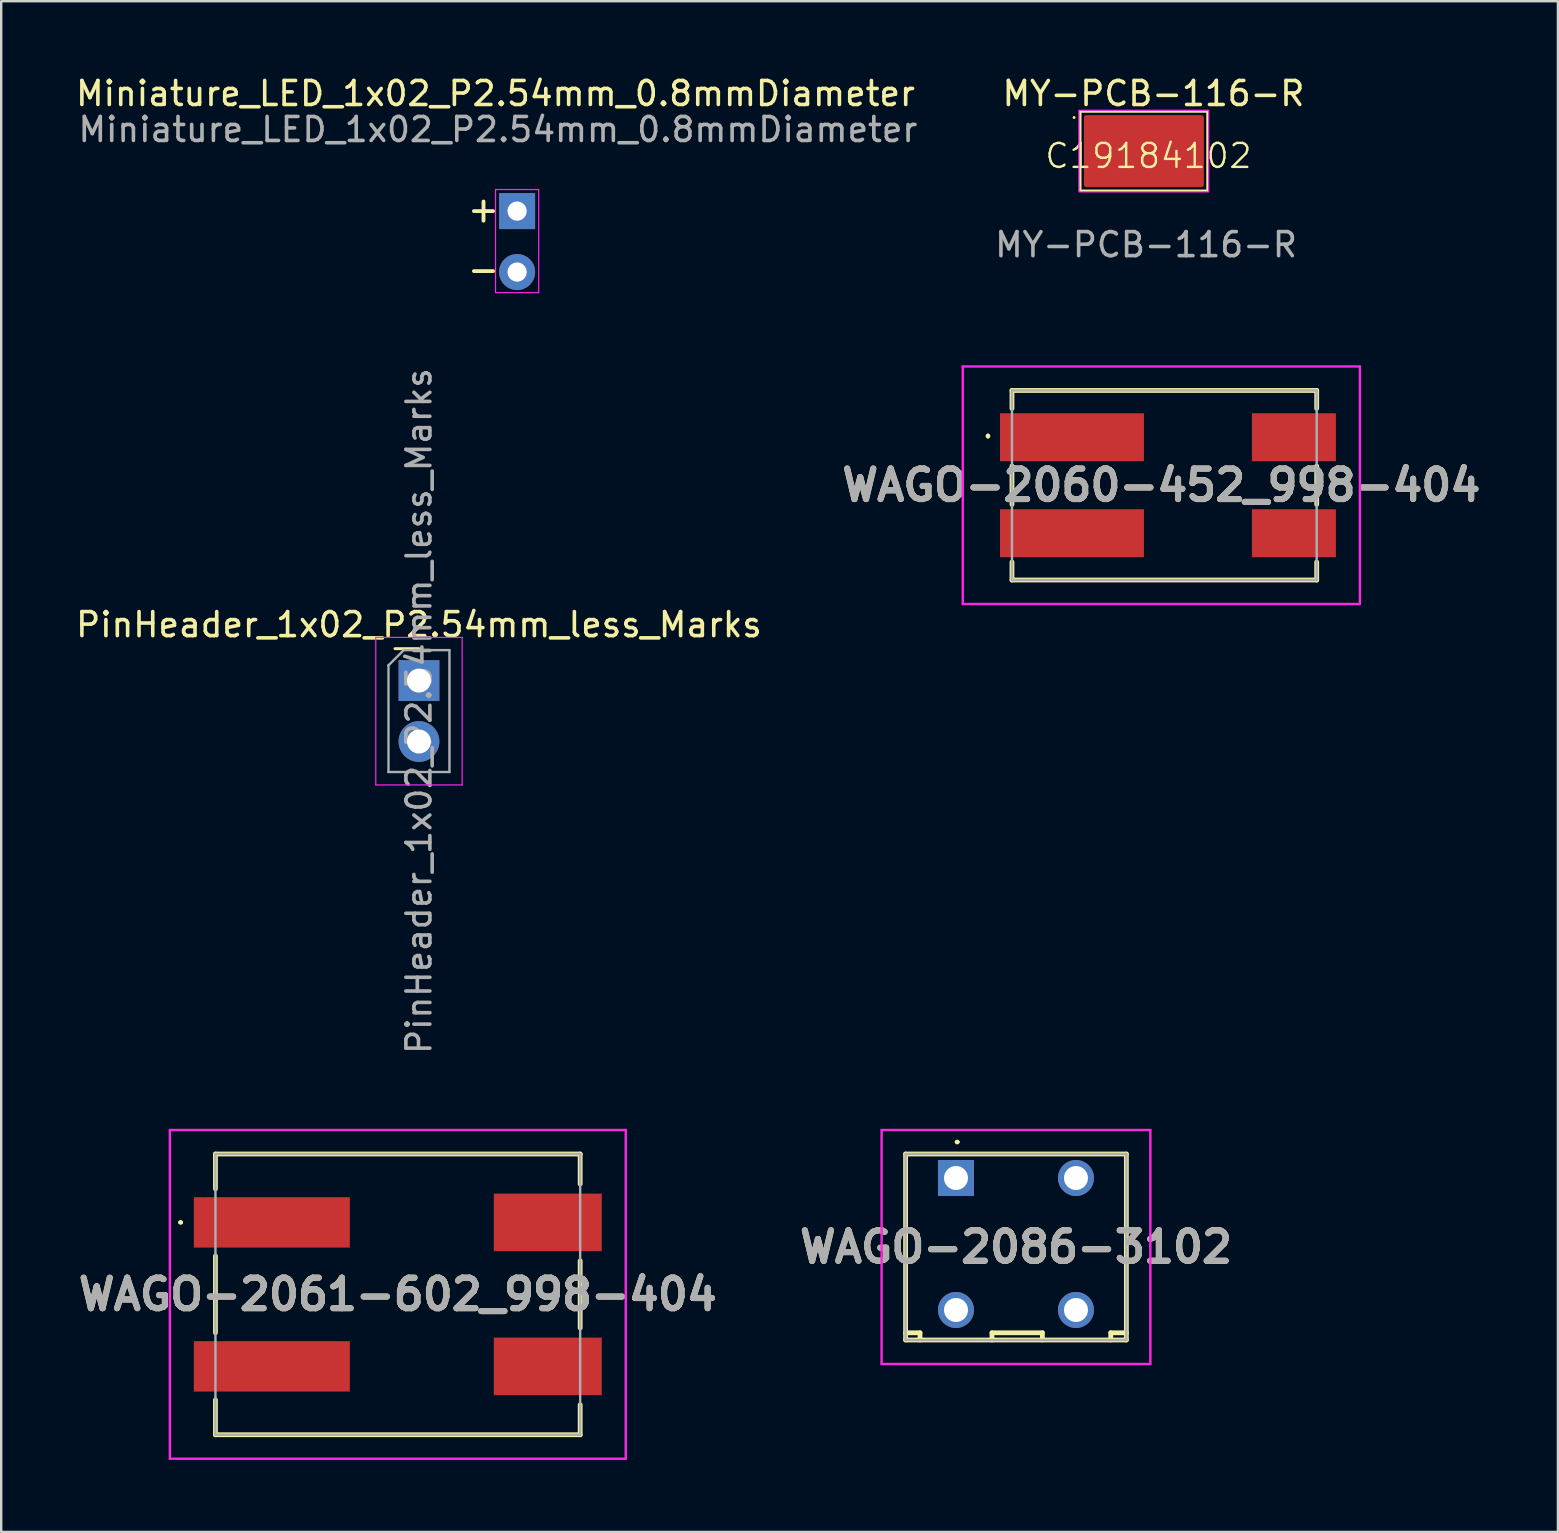
<source format=kicad_pcb>
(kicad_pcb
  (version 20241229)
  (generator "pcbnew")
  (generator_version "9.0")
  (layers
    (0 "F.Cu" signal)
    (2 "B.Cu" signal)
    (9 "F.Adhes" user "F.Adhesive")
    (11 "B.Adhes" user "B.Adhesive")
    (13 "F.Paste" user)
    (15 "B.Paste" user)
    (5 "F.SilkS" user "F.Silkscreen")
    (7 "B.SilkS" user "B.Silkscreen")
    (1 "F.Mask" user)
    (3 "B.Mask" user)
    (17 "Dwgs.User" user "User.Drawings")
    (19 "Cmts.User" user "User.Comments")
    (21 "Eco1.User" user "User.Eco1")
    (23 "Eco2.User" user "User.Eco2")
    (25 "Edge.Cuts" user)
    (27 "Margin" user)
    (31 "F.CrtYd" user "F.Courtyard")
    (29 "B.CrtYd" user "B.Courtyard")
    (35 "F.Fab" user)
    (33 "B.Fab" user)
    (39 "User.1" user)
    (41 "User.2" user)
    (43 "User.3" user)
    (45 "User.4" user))
  (footprint "WAGO-2061-602_998-404"
    (layer "F.Cu")
    (at 13.529 50.895)
    (property "Reference" "WAGO-2061-602_998-404" (at 0 0 0) (layer "F.SilkS") (effects (font (size 1.27 1.27) (thickness 0.254))))
    (attr smd)
    (fp_line (start -9.1 -3) (end -9.1 -3) (stroke (width 0.1) (type solid)) (layer "F.SilkS"))
    (fp_line (start -9 -3) (end -9 -3) (stroke (width 0.1) (type solid)) (layer "F.SilkS"))
    (fp_line (start -7.6 -5.85) (end -7.6 -4.4) (stroke (width 0.2) (type solid)) (layer "F.SilkS"))
    (fp_line (start -7.6 -1.6) (end -7.6 1.6) (stroke (width 0.2) (type solid)) (layer "F.SilkS"))
    (fp_line (start -7.6 4.4) (end -7.6 5.85) (stroke (width 0.2) (type solid)) (layer "F.SilkS"))
    (fp_line (start -7.6 5.85) (end 7.6 5.85) (stroke (width 0.2) (type solid)) (layer "F.SilkS"))
    (fp_line (start 7.6 -5.85) (end -7.6 -5.85) (stroke (width 0.2) (type solid)) (layer "F.SilkS"))
    (fp_line (start 7.6 -4.6) (end 7.6 -5.85) (stroke (width 0.2) (type solid)) (layer "F.SilkS"))
    (fp_line (start 7.6 1.4) (end 7.6 -1.4) (stroke (width 0.2) (type solid)) (layer "F.SilkS"))
    (fp_line (start 7.6 5.85) (end 7.6 4.6) (stroke (width 0.2) (type solid)) (layer "F.SilkS"))
    (fp_arc (start -9.1 -3) (mid -9.05 -3.05) (end -9 -3) (stroke (width 0.1) (type solid)) (layer "F.SilkS"))
    (fp_arc (start -9 -3) (mid -9.05 -2.95) (end -9.1 -3) (stroke (width 0.1) (type solid)) (layer "F.SilkS"))
    (fp_line (start -9.5 -6.85) (end 9.5 -6.85) (stroke (width 0.1) (type solid)) (layer "F.CrtYd"))
    (fp_line (start -9.5 6.85) (end -9.5 -6.85) (stroke (width 0.1) (type solid)) (layer "F.CrtYd"))
    (fp_line (start 9.5 -6.85) (end 9.5 6.85) (stroke (width 0.1) (type solid)) (layer "F.CrtYd"))
    (fp_line (start 9.5 6.85) (end -9.5 6.85) (stroke (width 0.1) (type solid)) (layer "F.CrtYd"))
    (fp_line (start -7.6 -5.85) (end -7.6 5.85) (stroke (width 0.1) (type solid)) (layer "F.Fab"))
    (fp_line (start -7.6 5.85) (end 7.6 5.85) (stroke (width 0.1) (type solid)) (layer "F.Fab"))
    (fp_line (start 7.6 -5.85) (end -7.6 -5.85) (stroke (width 0.1) (type solid)) (layer "F.Fab"))
    (fp_line (start 7.6 5.85) (end 7.6 -5.85) (stroke (width 0.1) (type solid)) (layer "F.Fab"))
    (fp_text user "${REFERENCE}" (at 0 0 0) (layer "F.Fab") (effects (font (size 1.27 1.27) (thickness 0.254))))
    (pad "1" smd rect (at -5.25 -3 90) (size 2.1 6.5) (layers "F.Cu" "F.Mask" "F.Paste"))
    (pad "2" smd rect (at 6.25 -3 90) (size 2.4 4.5) (layers "F.Cu" "F.Mask" "F.Paste"))
    (pad "3" smd rect (at -5.25 3 90) (size 2.1 6.5) (layers "F.Cu" "F.Mask" "F.Paste"))
    (pad "4" smd rect (at 6.25 3 90) (size 2.4 4.5) (layers "F.Cu" "F.Mask" "F.Paste")))
  (footprint "WAGO-2086-3102"
    (layer "F.Cu")
    (at 36.792 46.045)
    (property "Reference" "WAGO-2086-3102" (at 2.5 2.875 0) (layer "F.SilkS") (effects (font (size 1.27 1.27) (thickness 0.254))))
    (attr through_hole)
    (fp_line (start -2.1 -1) (end 7.1 -1) (stroke (width 0.2) (type solid)) (layer "F.SilkS"))
    (fp_line (start -2.1 6.45) (end -1.5 6.45) (stroke (width 0.2) (type solid)) (layer "F.SilkS"))
    (fp_line (start -2.1 6.75) (end -2.1 -1) (stroke (width 0.2) (type solid)) (layer "F.SilkS"))
    (fp_line (start -1.5 6.45) (end -1.5 6.75) (stroke (width 0.2) (type solid)) (layer "F.SilkS"))
    (fp_line (start 0 -1.5) (end 0 -1.5) (stroke (width 0.1) (type solid)) (layer "F.SilkS"))
    (fp_line (start 0.1 -1.5) (end 0.1 -1.5) (stroke (width 0.1) (type solid)) (layer "F.SilkS"))
    (fp_line (start 1.5 6.45) (end 3.6 6.45) (stroke (width 0.2) (type solid)) (layer "F.SilkS"))
    (fp_line (start 1.5 6.75) (end 1.5 6.45) (stroke (width 0.2) (type solid)) (layer "F.SilkS"))
    (fp_line (start 3.6 6.45) (end 3.6 6.75) (stroke (width 0.2) (type solid)) (layer "F.SilkS"))
    (fp_line (start 6.45 6.45) (end 7.1 6.45) (stroke (width 0.2) (type solid)) (layer "F.SilkS"))
    (fp_line (start 6.45 6.75) (end 6.45 6.45) (stroke (width 0.2) (type solid)) (layer "F.SilkS"))
    (fp_line (start 7.1 -1) (end 7.1 6.75) (stroke (width 0.2) (type solid)) (layer "F.SilkS"))
    (fp_line (start 7.1 6.75) (end -2.1 6.75) (stroke (width 0.2) (type solid)) (layer "F.SilkS"))
    (fp_arc (start 0 -1.5) (mid 0.05 -1.55) (end 0.1 -1.5) (stroke (width 0.1) (type solid)) (layer "F.SilkS"))
    (fp_arc (start 0.1 -1.5) (mid 0.05 -1.45) (end 0 -1.5) (stroke (width 0.1) (type solid)) (layer "F.SilkS"))
    (fp_line (start -3.1 -2) (end 8.1 -2) (stroke (width 0.1) (type solid)) (layer "F.CrtYd"))
    (fp_line (start -3.1 7.75) (end -3.1 -2) (stroke (width 0.1) (type solid)) (layer "F.CrtYd"))
    (fp_line (start 8.1 -2) (end 8.1 7.75) (stroke (width 0.1) (type solid)) (layer "F.CrtYd"))
    (fp_line (start 8.1 7.75) (end -3.1 7.75) (stroke (width 0.1) (type solid)) (layer "F.CrtYd"))
    (fp_line (start -2.1 -1) (end 7.1 -1) (stroke (width 0.1) (type solid)) (layer "F.Fab"))
    (fp_line (start -2.1 6.75) (end -2.1 -1) (stroke (width 0.1) (type solid)) (layer "F.Fab"))
    (fp_line (start 7.1 -1) (end 7.1 6.75) (stroke (width 0.1) (type solid)) (layer "F.Fab"))
    (fp_line (start 7.1 6.75) (end -2.1 6.75) (stroke (width 0.1) (type solid)) (layer "F.Fab"))
    (fp_text user "${REFERENCE}" (at 2.5 2.875 0) (layer "F.Fab") (effects (font (size 1.27 1.27) (thickness 0.254))))
    (pad "1" thru_hole rect (at 0 0) (size 1.5 1.5) (drill 1) (layers "*.Cu" "*.Mask"))
    (pad "2" thru_hole circle (at 0 5.5) (size 1.5 1.5) (drill 1) (layers "*.Cu" "*.Mask"))
    (pad "3" thru_hole circle (at 5 0) (size 1.5 1.5) (drill 1) (layers "*.Cu" "*.Mask"))
    (pad "4" thru_hole circle (at 5 5.5) (size 1.5 1.5) (drill 1) (layers "*.Cu" "*.Mask")))
  (footprint "PinHeader_1x02_P2.54mm_less_Marks"
    (layer "F.Cu")
    (at 14.411 25.314)
    (property "Reference" "PinHeader_1x02_P2.54mm_less_Marks" (at 0 -2.33 0) (layer "F.SilkS") (effects (font (size 1 1) (thickness 0.15))))
    (attr through_hole)
    (fp_line (start -1 -1.33) (end 0 -1.33) (stroke (width 0.12) (type solid)) (layer "F.SilkS"))
    (fp_line (start -1.8 -1.8) (end -1.8 4.35) (stroke (width 0.05) (type solid)) (layer "F.CrtYd"))
    (fp_line (start -1.8 4.35) (end 1.8 4.35) (stroke (width 0.05) (type solid)) (layer "F.CrtYd"))
    (fp_line (start 1.8 -1.8) (end -1.8 -1.8) (stroke (width 0.05) (type solid)) (layer "F.CrtYd"))
    (fp_line (start 1.8 4.35) (end 1.8 -1.8) (stroke (width 0.05) (type solid)) (layer "F.CrtYd"))
    (fp_line (start -1.27 -0.635) (end -0.635 -1.27) (stroke (width 0.1) (type solid)) (layer "F.Fab"))
    (fp_line (start -1.27 3.81) (end -1.27 -0.635) (stroke (width 0.1) (type solid)) (layer "F.Fab"))
    (fp_line (start -0.635 -1.27) (end 1.27 -1.27) (stroke (width 0.1) (type solid)) (layer "F.Fab"))
    (fp_line (start 1.27 -1.27) (end 1.27 3.81) (stroke (width 0.1) (type solid)) (layer "F.Fab"))
    (fp_line (start 1.27 3.81) (end -1.27 3.81) (stroke (width 0.1) (type solid)) (layer "F.Fab"))
    (fp_text user "${REFERENCE}" (at 0 1.27 90) (layer "F.Fab") (effects (font (size 1 1) (thickness 0.15))))
    (pad "1" thru_hole rect (at 0 0) (size 1.7 1.7) (drill 1) (layers "*.Cu" "*.Mask"))
    (pad "2" thru_hole oval (at 0 2.54) (size 1.7 1.7) (drill 1) (layers "*.Cu" "*.Mask")))
  (footprint "MY-PCB-116-R"
    (layer "F.Cu")
    (at 44.813 3.448)
    (property "Reference" "MY-PCB-116-R" (at 0.21 -2.6 0) (unlocked yes) (layer "F.SilkS") (effects (font (size 1 1) (thickness 0.15))))
    (property "JLC" "C19184102" (at 0 0 0) (layer "F.SilkS") (effects (font (size 1 1) (thickness 0.1))))
    (attr smd)
    (fp_line (start -2.84 -1.85) (end -2.84 1.45) (stroke (width 0.1) (type default)) (layer "F.SilkS"))
    (fp_line (start -2.84 -1.85) (end 2.46 -1.85) (stroke (width 0.1) (type default)) (layer "F.SilkS"))
    (fp_line (start -2.84 1.45) (end 2.46 1.45) (stroke (width 0.1) (type default)) (layer "F.SilkS"))
    (fp_line (start 2.46 -1.85) (end 2.46 1.45) (stroke (width 0.1) (type default)) (layer "F.SilkS"))
    (fp_circle (center -3.1 -1.6) (end -3.09 -1.6) (stroke (width 0.1) (type solid)) (fill yes) (layer "F.SilkS"))
    (fp_rect (start -2.899 -1.903) (end 2.511 1.501) (stroke (width 0.05) (type default)) (fill no) (layer "F.CrtYd"))
    (fp_text user "${REFERENCE}" (at -0.1 3.7 0) (unlocked yes) (layer "F.Fab") (effects (font (size 1 1) (thickness 0.15))))
    (pad "1" smd custom (at 0 0) (size 1.27 1.27) (layers "F.Cu" "F.Mask" "F.Paste") (options (anchor circle)) (primitives (gr_poly (pts (xy -0.953 -0.445) (xy -0.938 -0.517) (xy -0.897 -0.579) (xy -0.835 -0.62) (xy -0.762 -0.635) (xy 0.762 -0.635) (xy 0.835 -0.62) (xy 0.897 -0.579) (xy 0.938 -0.517) (xy 0.953 -0.445) (xy 0.953 0.445) (xy 0.938 0.517) (xy 0.897 0.579) (xy 0.835 0.62) (xy 0.762 0.635) (xy -0.762 0.635) (xy -0.835 0.62) (xy -0.897 0.579) (xy -0.938 0.517) (xy -0.953 0.445)) (width 0) (fill yes)) (gr_rect (start -2.59 -1.6) (end 2.21 1.2) (width 0.2) (fill yes)))))
  (footprint "Miniature_LED_1x02_P2.54mm_0.8mmDiameter"
    (layer "F.Cu")
    (at 17.601 4.848)
    (property "Reference" "Miniature_LED_1x02_P2.54mm_0.8mmDiameter" (at 0 -4 0) (layer "F.SilkS") (effects (font (size 1 1) (thickness 0.15))))
    (attr through_hole)
    (fp_line (start -0.5 0.5) (end -0.5 1.3) (stroke (width 0.16) (type solid)) (layer "F.SilkS"))
    (fp_line (start -0.1 0.9) (end -0.9 0.9) (stroke (width 0.16) (type solid)) (layer "F.SilkS"))
    (fp_line (start -0.1 3.4) (end -0.9 3.4) (stroke (width 0.16) (type solid)) (layer "F.SilkS"))
    (fp_rect (start 0 0) (end 1.8 4.3) (stroke (width 0.05) (type default)) (fill no) (layer "F.CrtYd"))
    (fp_text user "${REFERENCE}" (at 0.1 -2.5 180) (layer "F.Fab") (effects (font (size 1 1) (thickness 0.15))))
    (pad "1" thru_hole rect (at 0.9 0.9) (size 1.5 1.5) (drill 0.8) (layers "*.Cu" "*.Mask"))
    (pad "2" thru_hole oval (at 0.9 3.44) (size 1.5 1.5) (drill 0.8) (layers "*.Cu" "*.Mask")))
  (footprint "WAGO-2060-452_998-404"
    (layer "F.Cu")
    (at 45.35 17.173)
    (property "Reference" "WAGO-2060-452_998-404" (at 0 0 0) (layer "F.SilkS") (effects (font (size 1.27 1.27) (thickness 0.254))))
    (attr smd)
    (fp_line (start -7.225 -2.1) (end -7.225 -2.1) (stroke (width 0.1) (type solid)) (layer "F.SilkS"))
    (fp_line (start -7.225 -2) (end -7.225 -2) (stroke (width 0.1) (type solid)) (layer "F.SilkS"))
    (fp_line (start -6.225 -3.95) (end 6.475 -3.95) (stroke (width 0.2) (type solid)) (layer "F.SilkS"))
    (fp_line (start -6.225 -3.2) (end -6.225 -3.95) (stroke (width 0.2) (type solid)) (layer "F.SilkS"))
    (fp_line (start -6.225 -0.8) (end -6.225 0.8) (stroke (width 0.2) (type solid)) (layer "F.SilkS"))
    (fp_line (start -6.225 3.2) (end -6.225 3.95) (stroke (width 0.2) (type solid)) (layer "F.SilkS"))
    (fp_line (start -6.225 3.95) (end 6.475 3.95) (stroke (width 0.2) (type solid)) (layer "F.SilkS"))
    (fp_line (start 6.475 -3.95) (end 6.475 -3.2) (stroke (width 0.2) (type solid)) (layer "F.SilkS"))
    (fp_line (start 6.475 -0.8) (end 6.475 0.8) (stroke (width 0.2) (type solid)) (layer "F.SilkS"))
    (fp_line (start 6.475 3.95) (end 6.475 3.2) (stroke (width 0.2) (type solid)) (layer "F.SilkS"))
    (fp_arc (start -7.225 -2.1) (mid -7.175 -2.05) (end -7.225 -2) (stroke (width 0.1) (type solid)) (layer "F.SilkS"))
    (fp_arc (start -7.225 -2) (mid -7.275 -2.05) (end -7.225 -2.1) (stroke (width 0.1) (type solid)) (layer "F.SilkS"))
    (fp_line (start -8.275 -4.95) (end 8.275 -4.95) (stroke (width 0.1) (type solid)) (layer "F.CrtYd"))
    (fp_line (start -8.275 4.95) (end -8.275 -4.95) (stroke (width 0.1) (type solid)) (layer "F.CrtYd"))
    (fp_line (start 8.275 -4.95) (end 8.275 4.95) (stroke (width 0.1) (type solid)) (layer "F.CrtYd"))
    (fp_line (start 8.275 4.95) (end -8.275 4.95) (stroke (width 0.1) (type solid)) (layer "F.CrtYd"))
    (fp_line (start -6.225 -3.95) (end 6.475 -3.95) (stroke (width 0.1) (type solid)) (layer "F.Fab"))
    (fp_line (start -6.225 3.95) (end -6.225 -3.95) (stroke (width 0.1) (type solid)) (layer "F.Fab"))
    (fp_line (start 6.475 -3.95) (end 6.475 3.95) (stroke (width 0.1) (type solid)) (layer "F.Fab"))
    (fp_line (start 6.475 3.95) (end -6.225 3.95) (stroke (width 0.1) (type solid)) (layer "F.Fab"))
    (fp_text user "${REFERENCE}" (at 0 0 0) (layer "F.Fab") (effects (font (size 1.27 1.27) (thickness 0.254))))
    (pad "1" smd rect (at -3.725 -2 90) (size 2 6) (layers "F.Cu" "F.Mask" "F.Paste"))
    (pad "2" smd rect (at 5.525 -2 90) (size 2 3.5) (layers "F.Cu" "F.Mask" "F.Paste"))
    (pad "3" smd rect (at -3.725 2 90) (size 2 6) (layers "F.Cu" "F.Mask" "F.Paste"))
    (pad "4" smd rect (at 5.525 2 90) (size 2 3.5) (layers "F.Cu" "F.Mask" "F.Paste")))
  (gr_rect
    (start -3 -3)
    (end 61.878 60.795)
    (stroke (width 0.1) (type default))
    (fill no)
    (layer "Edge.Cuts")))
</source>
